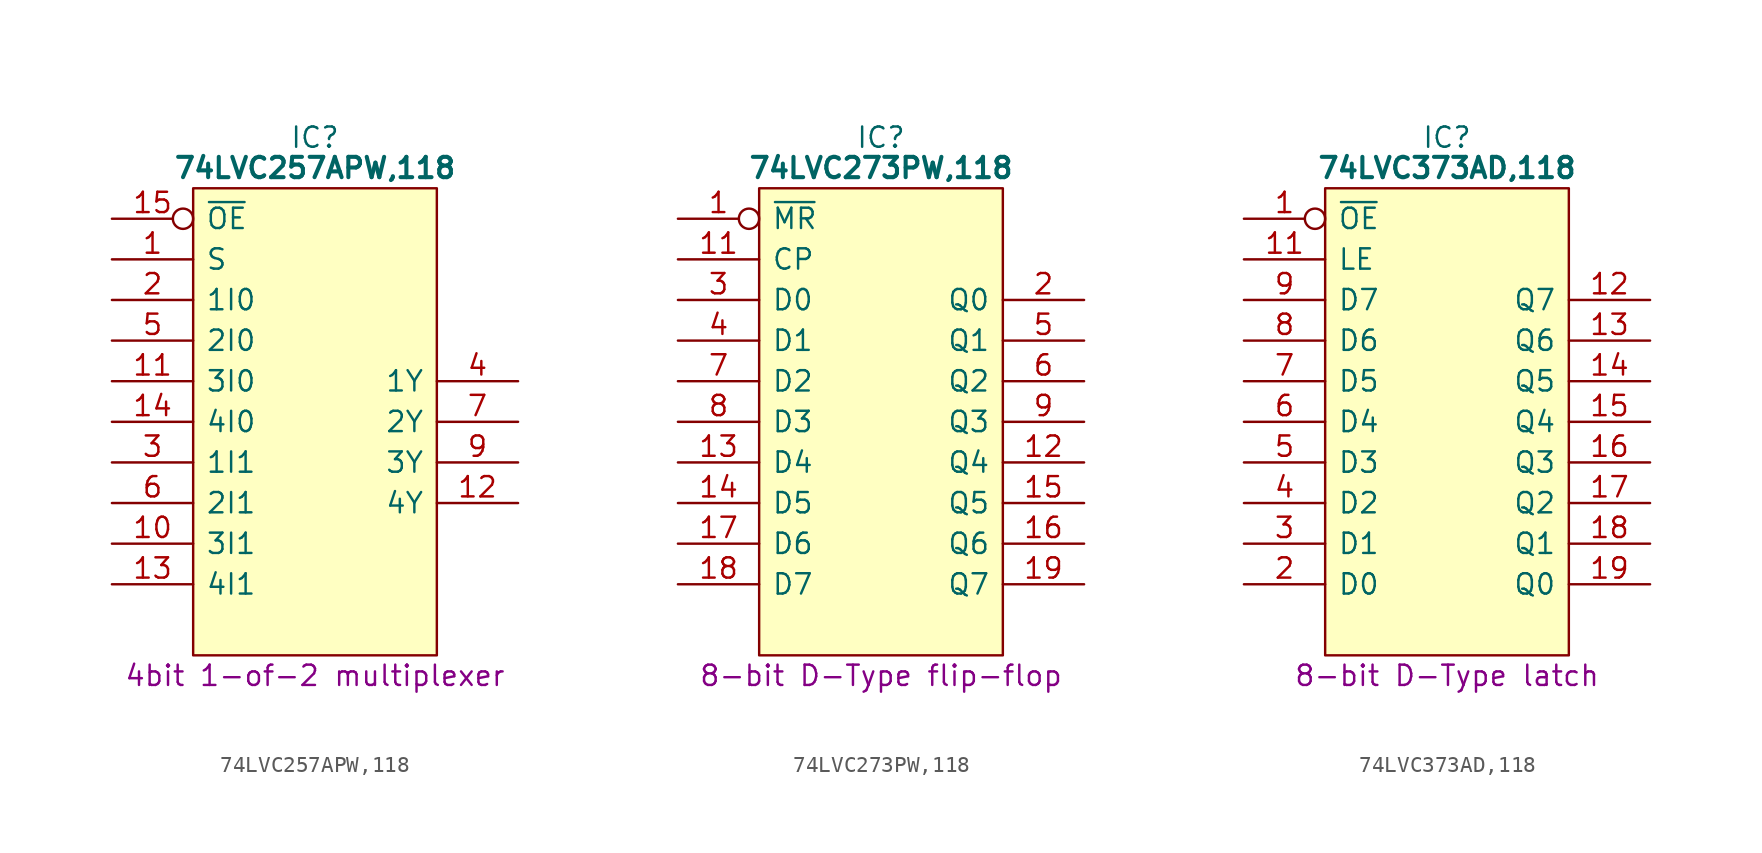
<source format=kicad_sym>
(kicad_symbol_lib
  (version 20231120)
  (generator "kicad_symbol_editor")
  (generator_version "8.0")
  (symbol "74LVC257APW,118"
    (pin_names
      (offset 0.762))
    (property "Reference" "IC"
      (at 12.7 5.08 0)
      (effects (font (size 1.27 1.27))))
    (property "Value" "74LVC257APW,118"
      (at 12.7 3.175 0)
      (effects (font (size 1.27 1.27) (bold yes))))
    (property "Description" "4bit 1-of-2 multiplexer"
      (at 12.7 -28.575 0)
      (effects (font (size 1.27 1.27))))
    (symbol "74LVC257APW,118_0_0"
      (pin input line (at 0 -2.54 0) (length 5.08) (name "S" (effects (font (size 1.27 1.27)))) (number "1" (effects (font (size 1.27 1.27)))))
      (pin input line (at 0 -20.32 0) (length 5.08) (name "3I1" (effects (font (size 1.27 1.27)))) (number "10" (effects (font (size 1.27 1.27)))))
      (pin input line (at 0 -10.16 0) (length 5.08) (name "3I0" (effects (font (size 1.27 1.27)))) (number "11" (effects (font (size 1.27 1.27)))))
      (pin input line (at 0 -22.86 0) (length 5.08) (name "4I1" (effects (font (size 1.27 1.27)))) (number "13" (effects (font (size 1.27 1.27)))))
      (pin input line (at 0 -12.7 0) (length 5.08) (name "4I0" (effects (font (size 1.27 1.27)))) (number "14" (effects (font (size 1.27 1.27)))))
      (pin passive line (at 25.4 0 180) (length 5.08) hide (name "3V" (effects (font (size 1.27 1.27)))) (number "16" (effects (font (size 1.27 1.27)))))
      (pin input line (at 0 -5.08 0) (length 5.08) (name "1I0" (effects (font (size 1.27 1.27)))) (number "2" (effects (font (size 1.27 1.27)))))
      (pin input line (at 0 -15.24 0) (length 5.08) (name "1I1" (effects (font (size 1.27 1.27)))) (number "3" (effects (font (size 1.27 1.27)))))
      (pin input line (at 0 -7.62 0) (length 5.08) (name "2I0" (effects (font (size 1.27 1.27)))) (number "5" (effects (font (size 1.27 1.27)))))
      (pin input line (at 0 -17.78 0) (length 5.08) (name "2I1" (effects (font (size 1.27 1.27)))) (number "6" (effects (font (size 1.27 1.27)))))
      (pin passive line (at 0 -25.4 0) (length 5.08) hide (name "GND" (effects (font (size 1.27 1.27)))) (number "8" (effects (font (size 1.27 1.27))))))
    (symbol "74LVC257APW,118_0_1"
      (polyline (pts (xy 5.08 1.905) (xy 20.32 1.905) (xy 20.32 -27.305) (xy 5.08 -27.305) (xy 5.08 1.905)) (stroke (width 0.152) (type default)) (fill (type background))))
    (symbol "74LVC257APW,118_1_0"
      (pin tri_state line (at 25.4 -17.78 180) (length 5.08) (name "4Y" (effects (font (size 1.27 1.27)))) (number "12" (effects (font (size 1.27 1.27)))))
      (pin input inverted (at 0 0 0) (length 5.08) (name "~{OE}" (effects (font (size 1.27 1.27)))) (number "15" (effects (font (size 1.27 1.27)))))
      (pin tri_state line (at 25.4 -10.16 180) (length 5.08) (name "1Y" (effects (font (size 1.27 1.27)))) (number "4" (effects (font (size 1.27 1.27)))))
      (pin tri_state line (at 25.4 -12.7 180) (length 5.08) (name "2Y" (effects (font (size 1.27 1.27)))) (number "7" (effects (font (size 1.27 1.27)))))
      (pin tri_state line (at 25.4 -15.24 180) (length 5.08) (name "3Y" (effects (font (size 1.27 1.27)))) (number "9" (effects (font (size 1.27 1.27)))))))
  (symbol "74LVC273PW,118"
    (pin_names
      (offset 0.762))
    (property "Reference" "IC"
      (at 12.7 5.08 0)
      (effects (font (size 1.27 1.27))))
    (property "Value" "74LVC273PW,118"
      (at 12.7 3.175 0)
      (effects (font (size 1.27 1.27) (bold yes))))
    (property "Description" "8-bit D-Type flip-flop"
      (at 12.7 -28.575 0)
      (effects (font (size 1.27 1.27))))
    (symbol "74LVC273PW,118_0_0"
      (pin input line (at 0 -2.54 0) (length 5.08) (name "CP" (effects (font (size 1.27 1.27)))) (number "11" (effects (font (size 1.27 1.27)))))
      (pin output line (at 25.4 -15.24 180) (length 5.08) (name "Q4" (effects (font (size 1.27 1.27)))) (number "12" (effects (font (size 1.27 1.27)))))
      (pin input line (at 0 -15.24 0) (length 5.08) (name "D4" (effects (font (size 1.27 1.27)))) (number "13" (effects (font (size 1.27 1.27)))))
      (pin input line (at 0 -17.78 0) (length 5.08) (name "D5" (effects (font (size 1.27 1.27)))) (number "14" (effects (font (size 1.27 1.27)))))
      (pin output line (at 25.4 -17.78 180) (length 5.08) (name "Q5" (effects (font (size 1.27 1.27)))) (number "15" (effects (font (size 1.27 1.27)))))
      (pin output line (at 25.4 -20.32 180) (length 5.08) (name "Q6" (effects (font (size 1.27 1.27)))) (number "16" (effects (font (size 1.27 1.27)))))
      (pin input line (at 0 -20.32 0) (length 5.08) (name "D6" (effects (font (size 1.27 1.27)))) (number "17" (effects (font (size 1.27 1.27)))))
      (pin input line (at 0 -22.86 0) (length 5.08) (name "D7" (effects (font (size 1.27 1.27)))) (number "18" (effects (font (size 1.27 1.27)))))
      (pin output line (at 25.4 -22.86 180) (length 5.08) (name "Q7" (effects (font (size 1.27 1.27)))) (number "19" (effects (font (size 1.27 1.27)))))
      (pin output line (at 25.4 -5.08 180) (length 5.08) (name "Q0" (effects (font (size 1.27 1.27)))) (number "2" (effects (font (size 1.27 1.27)))))
      (pin input line (at 0 -5.08 0) (length 5.08) (name "D0" (effects (font (size 1.27 1.27)))) (number "3" (effects (font (size 1.27 1.27)))))
      (pin input line (at 0 -7.62 0) (length 5.08) (name "D1" (effects (font (size 1.27 1.27)))) (number "4" (effects (font (size 1.27 1.27)))))
      (pin output line (at 25.4 -7.62 180) (length 5.08) (name "Q1" (effects (font (size 1.27 1.27)))) (number "5" (effects (font (size 1.27 1.27)))))
      (pin output line (at 25.4 -10.16 180) (length 5.08) (name "Q2" (effects (font (size 1.27 1.27)))) (number "6" (effects (font (size 1.27 1.27)))))
      (pin input line (at 0 -10.16 0) (length 5.08) (name "D2" (effects (font (size 1.27 1.27)))) (number "7" (effects (font (size 1.27 1.27)))))
      (pin input line (at 0 -12.7 0) (length 5.08) (name "D3" (effects (font (size 1.27 1.27)))) (number "8" (effects (font (size 1.27 1.27)))))
      (pin output line (at 25.4 -12.7 180) (length 5.08) (name "Q3" (effects (font (size 1.27 1.27)))) (number "9" (effects (font (size 1.27 1.27))))))
    (symbol "74LVC273PW,118_0_1"
      (polyline (pts (xy 5.08 1.905) (xy 20.32 1.905) (xy 20.32 -27.305) (xy 5.08 -27.305) (xy 5.08 1.905)) (stroke (width 0.152) (type default)) (fill (type background))))
    (symbol "74LVC273PW,118_1_0"
      (pin input inverted (at 0 0 0) (length 5.08) (name "~{MR}" (effects (font (size 1.27 1.27)))) (number "1" (effects (font (size 1.27 1.27)))))
      (pin passive line (at 0 -25.4 0) (length 5.08) hide (name "GND" (effects (font (size 1.27 1.27)))) (number "10" (effects (font (size 1.27 1.27)))))
      (pin passive line (at 25.4 0 180) (length 5.08) hide (name "3V" (effects (font (size 1.27 1.27)))) (number "20" (effects (font (size 1.27 1.27)))))))
  (symbol "74LVC373AD,118"
    (pin_names
      (offset 0.762))
    (property "Reference" "IC"
      (at 12.7 5.08 0)
      (effects (font (size 1.27 1.27))))
    (property "Value" "74LVC373AD,118"
      (at 12.7 3.175 0)
      (effects (font (size 1.27 1.27) (bold yes))))
    (property "Description" "8-bit D-Type latch"
      (at 12.7 -28.575 0)
      (effects (font (size 1.27 1.27))))
    (symbol "74LVC373AD,118_0_0"
      (pin input inverted (at 0 0 0) (length 5.08) (name "~{OE}" (effects (font (size 1.27 1.27)))) (number "1" (effects (font (size 1.27 1.27)))))
      (pin passive line (at 0 -25.4 0) (length 5.08) hide (name "GND" (effects (font (size 1.27 1.27)))) (number "10" (effects (font (size 1.27 1.27)))))
      (pin input line (at 0 -2.54 0) (length 5.08) (name "LE" (effects (font (size 1.27 1.27)))) (number "11" (effects (font (size 1.27 1.27)))))
      (pin output line (at 25.4 -5.08 180) (length 5.08) (name "Q7" (effects (font (size 1.27 1.27)))) (number "12" (effects (font (size 1.27 1.27)))))
      (pin output line (at 25.4 -7.62 180) (length 5.08) (name "Q6" (effects (font (size 1.27 1.27)))) (number "13" (effects (font (size 1.27 1.27)))))
      (pin output line (at 25.4 -10.16 180) (length 5.08) (name "Q5" (effects (font (size 1.27 1.27)))) (number "14" (effects (font (size 1.27 1.27)))))
      (pin output line (at 25.4 -12.7 180) (length 5.08) (name "Q4" (effects (font (size 1.27 1.27)))) (number "15" (effects (font (size 1.27 1.27)))))
      (pin output line (at 25.4 -15.24 180) (length 5.08) (name "Q3" (effects (font (size 1.27 1.27)))) (number "16" (effects (font (size 1.27 1.27)))))
      (pin output line (at 25.4 -17.78 180) (length 5.08) (name "Q2" (effects (font (size 1.27 1.27)))) (number "17" (effects (font (size 1.27 1.27)))))
      (pin output line (at 25.4 -20.32 180) (length 5.08) (name "Q1" (effects (font (size 1.27 1.27)))) (number "18" (effects (font (size 1.27 1.27)))))
      (pin output line (at 25.4 -22.86 180) (length 5.08) (name "Q0" (effects (font (size 1.27 1.27)))) (number "19" (effects (font (size 1.27 1.27)))))
      (pin input line (at 0 -22.86 0) (length 5.08) (name "D0" (effects (font (size 1.27 1.27)))) (number "2" (effects (font (size 1.27 1.27)))))
      (pin passive line (at 25.4 0 180) (length 5.08) hide (name "3V" (effects (font (size 1.27 1.27)))) (number "20" (effects (font (size 1.27 1.27)))))
      (pin input line (at 0 -20.32 0) (length 5.08) (name "D1" (effects (font (size 1.27 1.27)))) (number "3" (effects (font (size 1.27 1.27)))))
      (pin input line (at 0 -17.78 0) (length 5.08) (name "D2" (effects (font (size 1.27 1.27)))) (number "4" (effects (font (size 1.27 1.27)))))
      (pin input line (at 0 -15.24 0) (length 5.08) (name "D3" (effects (font (size 1.27 1.27)))) (number "5" (effects (font (size 1.27 1.27)))))
      (pin input line (at 0 -12.7 0) (length 5.08) (name "D4" (effects (font (size 1.27 1.27)))) (number "6" (effects (font (size 1.27 1.27)))))
      (pin input line (at 0 -10.16 0) (length 5.08) (name "D5" (effects (font (size 1.27 1.27)))) (number "7" (effects (font (size 1.27 1.27)))))
      (pin input line (at 0 -7.62 0) (length 5.08) (name "D6" (effects (font (size 1.27 1.27)))) (number "8" (effects (font (size 1.27 1.27)))))
      (pin input line (at 0 -5.08 0) (length 5.08) (name "D7" (effects (font (size 1.27 1.27)))) (number "9" (effects (font (size 1.27 1.27))))))
    (symbol "74LVC373AD,118_0_1"
      (polyline (pts (xy 5.08 1.905) (xy 20.32 1.905) (xy 20.32 -27.305) (xy 5.08 -27.305) (xy 5.08 1.905)) (stroke (width 0.152) (type default)) (fill (type background))))))
</source>
